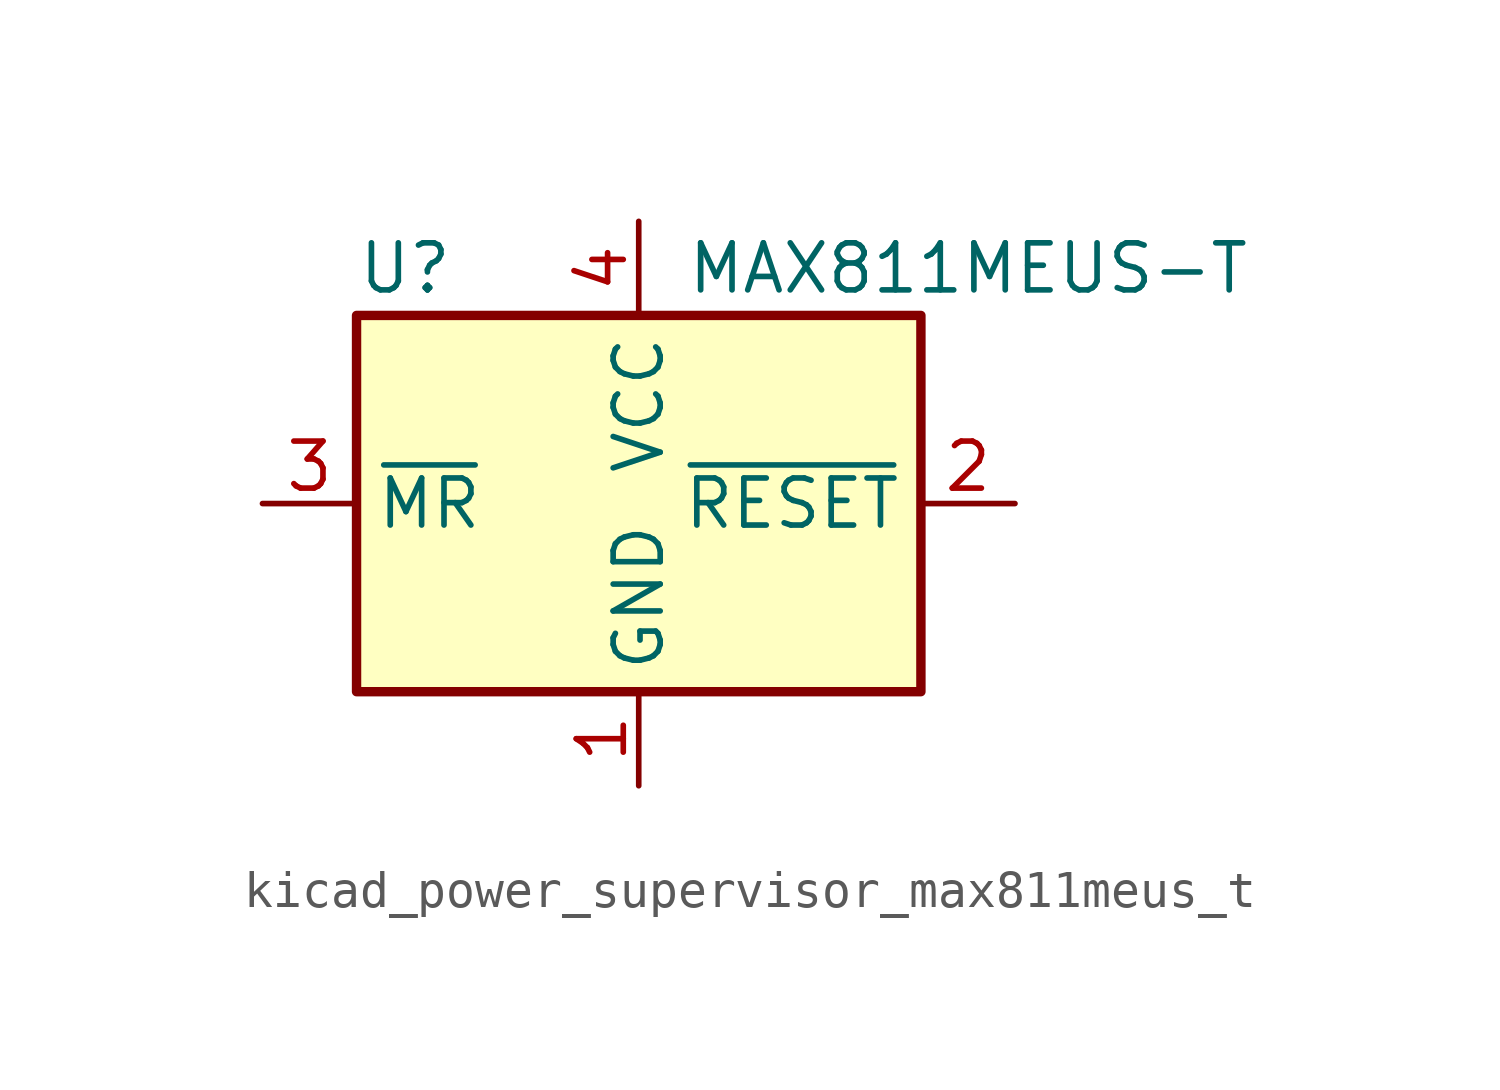
<source format=kicad_sym>
(kicad_symbol_lib
  (version 20220914)
  (generator kicad_symbol_editor)
  (symbol "kicad_power_supervisor_max811meus_t"
    (property "Reference" "U"
      (at -7.62 6.35 0)
      (effects (font (size 1.27 1.27)) (justify left)))
    (property "Value" "MAX811MEUS-T"
      (at 1.27 6.35 0)
      (effects (font (size 1.27 1.27)) (justify left)))
    (symbol "kicad_power_supervisor_max811meus_t_0_1"
      (rectangle (start -7.62 5.08) (end 7.62 -5.08) (stroke (width 0.254) (type default)) (fill (type background))))
    (symbol "kicad_power_supervisor_max811meus_t_1_1"
      (pin power_in line (at 0 -7.62 90) (length 2.54) (name "GND" (effects (font (size 1.27 1.27)))) (number "1" (effects (font (size 1.27 1.27)))))
      (pin output line (at 10.16 0 180) (length 2.54) (name "~{RESET}" (effects (font (size 1.27 1.27)))) (number "2" (effects (font (size 1.27 1.27)))))
      (pin input line (at -10.16 0 0) (length 2.54) (name "~{MR}" (effects (font (size 1.27 1.27)))) (number "3" (effects (font (size 1.27 1.27)))))
      (pin power_in line (at 0 7.62 270) (length 2.54) (name "VCC" (effects (font (size 1.27 1.27)))) (number "4" (effects (font (size 1.27 1.27))))))))
</source>
